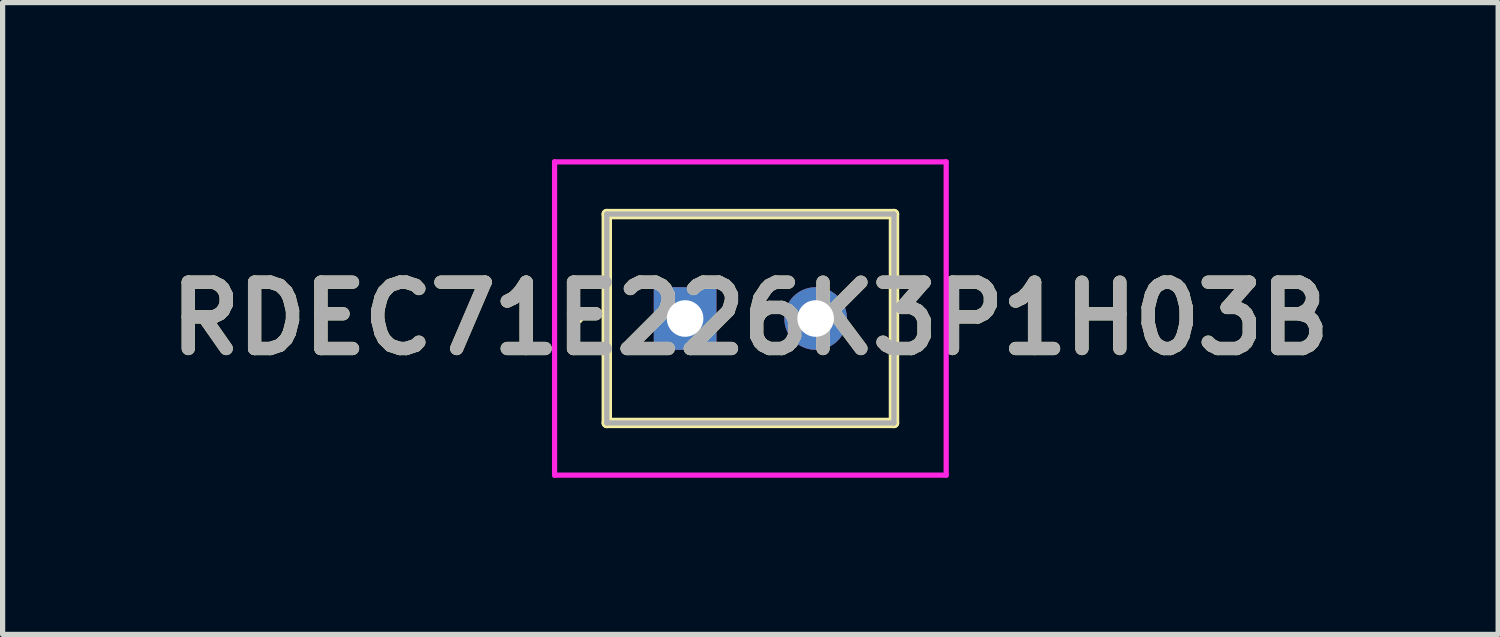
<source format=kicad_pcb>
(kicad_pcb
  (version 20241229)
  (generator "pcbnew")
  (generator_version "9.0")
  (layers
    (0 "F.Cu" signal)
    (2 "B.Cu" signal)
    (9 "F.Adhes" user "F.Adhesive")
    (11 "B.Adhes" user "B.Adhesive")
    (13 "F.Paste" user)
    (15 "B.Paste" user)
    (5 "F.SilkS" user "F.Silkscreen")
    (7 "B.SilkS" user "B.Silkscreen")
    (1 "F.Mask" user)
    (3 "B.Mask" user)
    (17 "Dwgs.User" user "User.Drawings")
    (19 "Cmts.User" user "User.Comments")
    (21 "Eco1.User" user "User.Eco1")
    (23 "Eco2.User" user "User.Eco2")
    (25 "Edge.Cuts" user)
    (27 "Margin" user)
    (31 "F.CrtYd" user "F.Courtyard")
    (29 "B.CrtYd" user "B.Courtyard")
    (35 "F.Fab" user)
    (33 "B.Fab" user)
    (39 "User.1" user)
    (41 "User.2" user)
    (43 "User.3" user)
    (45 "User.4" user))
  (footprint "RDEC71E226K3P1H03B"
    (layer "F.Cu")
    (at 10.071 3.05)
    (property "Reference" "RDEC71E226K3P1H03B" (at 1.25 0 0) (layer "F.SilkS") (effects (font (size 1.27 1.27) (thickness 0.254))))
    (attr through_hole)
    (fp_line (start -2.1 0) (end -2.1 0) (stroke (width 0.1) (type solid)) (layer "F.SilkS"))
    (fp_line (start -2 0) (end -2 0) (stroke (width 0.1) (type solid)) (layer "F.SilkS"))
    (fp_line (start -1.5 -2) (end 4 -2) (stroke (width 0.2) (type solid)) (layer "F.SilkS"))
    (fp_line (start -1.5 2) (end -1.5 -2) (stroke (width 0.2) (type solid)) (layer "F.SilkS"))
    (fp_line (start 4 -2) (end 4 2) (stroke (width 0.2) (type solid)) (layer "F.SilkS"))
    (fp_line (start 4 2) (end -1.5 2) (stroke (width 0.2) (type solid)) (layer "F.SilkS"))
    (fp_arc (start -2.1 0) (mid -2.05 -0.05) (end -2 0) (stroke (width 0.1) (type solid)) (layer "F.SilkS"))
    (fp_arc (start -2 0) (mid -2.05 0.05) (end -2.1 0) (stroke (width 0.1) (type solid)) (layer "F.SilkS"))
    (fp_line (start -2.5 -3) (end 5 -3) (stroke (width 0.1) (type solid)) (layer "F.CrtYd"))
    (fp_line (start -2.5 3) (end -2.5 -3) (stroke (width 0.1) (type solid)) (layer "F.CrtYd"))
    (fp_line (start 5 -3) (end 5 3) (stroke (width 0.1) (type solid)) (layer "F.CrtYd"))
    (fp_line (start 5 3) (end -2.5 3) (stroke (width 0.1) (type solid)) (layer "F.CrtYd"))
    (fp_line (start -1.5 -2) (end 4 -2) (stroke (width 0.1) (type solid)) (layer "F.Fab"))
    (fp_line (start -1.5 2) (end -1.5 -2) (stroke (width 0.1) (type solid)) (layer "F.Fab"))
    (fp_line (start 4 -2) (end 4 2) (stroke (width 0.1) (type solid)) (layer "F.Fab"))
    (fp_line (start 4 2) (end -1.5 2) (stroke (width 0.1) (type solid)) (layer "F.Fab"))
    (fp_text user "${REFERENCE}" (at 1.25 0 0) (layer "F.Fab") (effects (font (size 1.27 1.27) (thickness 0.254))))
    (pad "1" thru_hole rect (at 0 0) (size 1.2 1.2) (drill 0.7) (layers "*.Cu" "*.Mask"))
    (pad "2" thru_hole circle (at 2.5 0) (size 1.2 1.2) (drill 0.7) (layers "*.Cu" "*.Mask")))
  (gr_rect
    (start -3 -3)
    (end 25.642 9.1)
    (stroke (width 0.1) (type default))
    (fill no)
    (layer "Edge.Cuts")))
</source>
